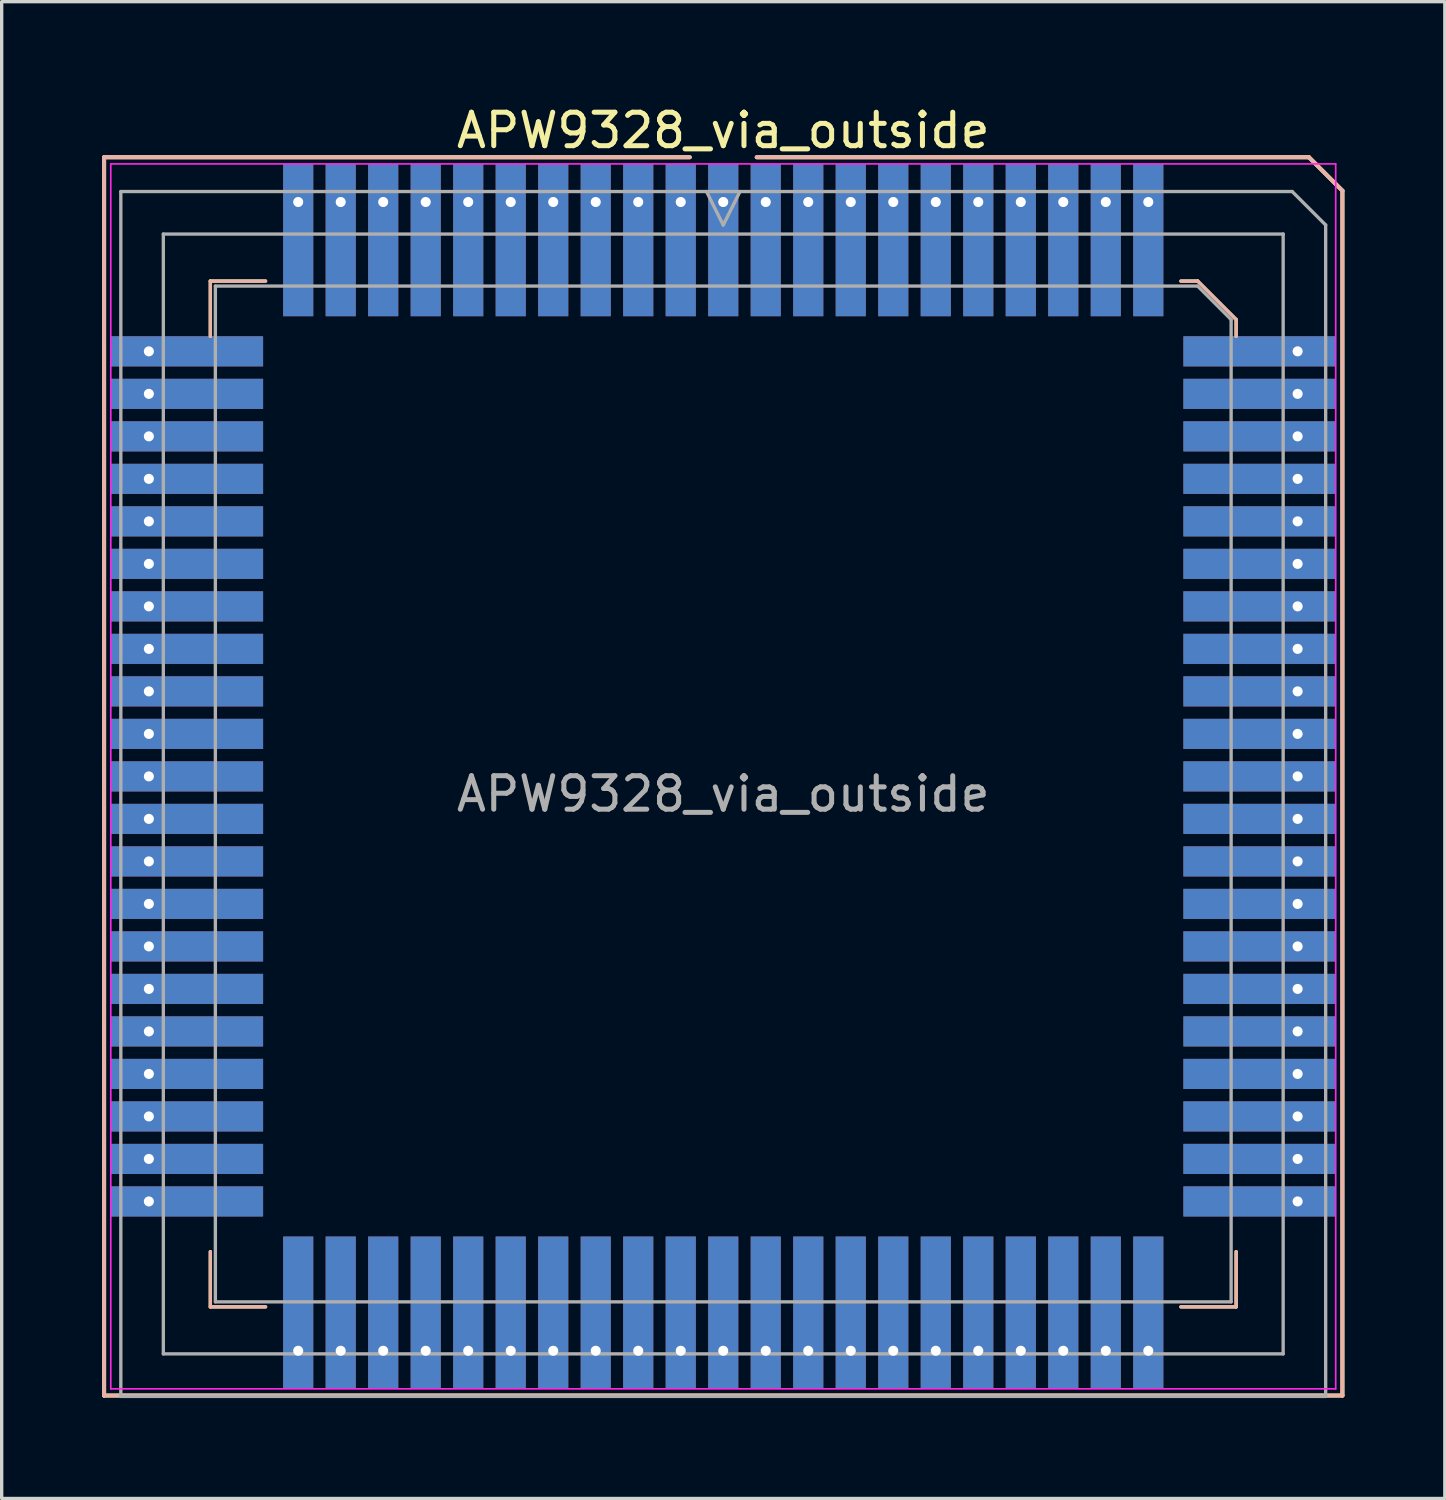
<source format=kicad_pcb>
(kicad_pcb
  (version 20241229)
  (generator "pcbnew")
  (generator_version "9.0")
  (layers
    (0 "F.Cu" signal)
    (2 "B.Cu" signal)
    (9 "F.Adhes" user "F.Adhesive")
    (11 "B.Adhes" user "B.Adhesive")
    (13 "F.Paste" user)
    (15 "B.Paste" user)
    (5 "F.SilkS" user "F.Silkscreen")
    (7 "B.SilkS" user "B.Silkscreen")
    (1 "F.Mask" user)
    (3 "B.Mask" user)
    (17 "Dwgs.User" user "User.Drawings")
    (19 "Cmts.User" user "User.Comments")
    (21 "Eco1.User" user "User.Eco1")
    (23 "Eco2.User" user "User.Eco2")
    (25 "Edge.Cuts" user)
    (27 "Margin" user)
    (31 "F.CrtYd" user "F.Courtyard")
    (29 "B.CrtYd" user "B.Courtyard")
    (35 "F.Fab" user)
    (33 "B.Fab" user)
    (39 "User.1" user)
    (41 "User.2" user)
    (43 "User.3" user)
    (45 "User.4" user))
  (footprint "APW9328_via_outside"
    (layer "F.Cu")
    (at 18.56 20.148)
    (property "Reference" "APW9328_via_outside" (at 0 -19.3 180) (layer "F.SilkS") (effects (font (size 1 1) (thickness 0.15))))
    (attr smd)
    (fp_line (start -18.5 -18.5) (end -1 -18.5) (stroke (width 0.12) (type solid)) (layer "F.SilkS"))
    (fp_line (start -18.5 18.5) (end -18.5 -18.5) (stroke (width 0.12) (type solid)) (layer "F.SilkS"))
    (fp_line (start -15.325 -14.8) (end -15.325 -13.15) (stroke (width 0.1) (type solid)) (layer "F.SilkS"))
    (fp_line (start -15.325 15.85) (end -15.325 14.2) (stroke (width 0.1) (type solid)) (layer "F.SilkS"))
    (fp_line (start -13.675 -14.8) (end -15.325 -14.8) (stroke (width 0.1) (type solid)) (layer "F.SilkS"))
    (fp_line (start -13.675 15.85) (end -15.325 15.85) (stroke (width 0.1) (type solid)) (layer "F.SilkS"))
    (fp_line (start 1 -18.5) (end 17.5 -18.5) (stroke (width 0.12) (type solid)) (layer "F.SilkS"))
    (fp_line (start 13.675 -14.8) (end 14.175 -14.8) (stroke (width 0.1) (type solid)) (layer "F.SilkS"))
    (fp_line (start 13.675 15.85) (end 15.325 15.85) (stroke (width 0.1) (type solid)) (layer "F.SilkS"))
    (fp_line (start 14.175 -14.8) (end 15.325 -13.65) (stroke (width 0.1) (type solid)) (layer "F.SilkS"))
    (fp_line (start 15.325 -13.65) (end 15.325 -13.15) (stroke (width 0.1) (type solid)) (layer "F.SilkS"))
    (fp_line (start 15.325 15.85) (end 15.325 14.2) (stroke (width 0.1) (type solid)) (layer "F.SilkS"))
    (fp_line (start 17.5 -18.5) (end 18.5 -17.5) (stroke (width 0.12) (type solid)) (layer "F.SilkS"))
    (fp_line (start 18.5 -17.5) (end 18.5 18.5) (stroke (width 0.12) (type solid)) (layer "F.SilkS"))
    (fp_line (start 18.5 18.5) (end -18.5 18.5) (stroke (width 0.12) (type solid)) (layer "F.SilkS"))
    (fp_line (start -18.5 -18.5) (end -1 -18.5) (stroke (width 0.12) (type solid)) (layer "B.SilkS"))
    (fp_line (start -18.5 18.5) (end -18.5 -18.5) (stroke (width 0.12) (type solid)) (layer "B.SilkS"))
    (fp_line (start -15.325 -14.8) (end -15.325 -13.15) (stroke (width 0.1) (type solid)) (layer "B.SilkS"))
    (fp_line (start -15.325 15.85) (end -15.325 14.2) (stroke (width 0.1) (type solid)) (layer "B.SilkS"))
    (fp_line (start -13.675 -14.8) (end -15.325 -14.8) (stroke (width 0.1) (type solid)) (layer "B.SilkS"))
    (fp_line (start -13.675 15.85) (end -15.325 15.85) (stroke (width 0.1) (type solid)) (layer "B.SilkS"))
    (fp_line (start 1 -18.5) (end 17.5 -18.5) (stroke (width 0.12) (type solid)) (layer "B.SilkS"))
    (fp_line (start 13.675 -14.8) (end 14.175 -14.8) (stroke (width 0.1) (type solid)) (layer "B.SilkS"))
    (fp_line (start 13.675 15.85) (end 15.325 15.85) (stroke (width 0.1) (type solid)) (layer "B.SilkS"))
    (fp_line (start 14.175 -14.8) (end 15.325 -13.65) (stroke (width 0.1) (type solid)) (layer "B.SilkS"))
    (fp_line (start 15.325 -13.65) (end 15.325 -13.15) (stroke (width 0.1) (type solid)) (layer "B.SilkS"))
    (fp_line (start 15.325 15.85) (end 15.325 14.2) (stroke (width 0.1) (type solid)) (layer "B.SilkS"))
    (fp_line (start 17.5 -18.5) (end 18.5 -17.5) (stroke (width 0.12) (type solid)) (layer "B.SilkS"))
    (fp_line (start 18.5 -17.5) (end 18.5 18.5) (stroke (width 0.12) (type solid)) (layer "B.SilkS"))
    (fp_line (start 18.5 18.5) (end -18.5 18.5) (stroke (width 0.12) (type solid)) (layer "B.SilkS"))
    (fp_line (start -18.3 -18.3) (end 18.3 -18.3) (stroke (width 0.05) (type solid)) (layer "F.CrtYd"))
    (fp_line (start -18.3 18.3) (end -18.3 -18.3) (stroke (width 0.05) (type solid)) (layer "F.CrtYd"))
    (fp_line (start 18.3 -18.3) (end 18.3 18.3) (stroke (width 0.05) (type solid)) (layer "F.CrtYd"))
    (fp_line (start 18.3 18.3) (end -18.3 18.3) (stroke (width 0.05) (type solid)) (layer "F.CrtYd"))
    (fp_line (start -18 -17.475) (end 17 -17.475) (stroke (width 0.1) (type solid)) (layer "F.Fab"))
    (fp_line (start -18 18.525) (end -18 -17.475) (stroke (width 0.1) (type solid)) (layer "F.Fab"))
    (fp_line (start -16.73 -16.205) (end 16.73 -16.205) (stroke (width 0.1) (type solid)) (layer "F.Fab"))
    (fp_line (start -16.73 17.255) (end -16.73 -16.205) (stroke (width 0.1) (type solid)) (layer "F.Fab"))
    (fp_line (start -15.175 -14.65) (end 14.175 -14.65) (stroke (width 0.1) (type solid)) (layer "F.Fab"))
    (fp_line (start -15.175 15.7) (end -15.175 -14.65) (stroke (width 0.1) (type solid)) (layer "F.Fab"))
    (fp_line (start 0 -16.475) (end -0.5 -17.475) (stroke (width 0.1) (type solid)) (layer "F.Fab"))
    (fp_line (start 0.5 -17.475) (end 0 -16.475) (stroke (width 0.1) (type solid)) (layer "F.Fab"))
    (fp_line (start 14.175 -14.65) (end 15.175 -13.65) (stroke (width 0.1) (type solid)) (layer "F.Fab"))
    (fp_line (start 15.175 -13.65) (end 15.175 15.7) (stroke (width 0.1) (type solid)) (layer "F.Fab"))
    (fp_line (start 15.175 15.7) (end -15.175 15.7) (stroke (width 0.1) (type solid)) (layer "F.Fab"))
    (fp_line (start 16.73 -16.205) (end 16.73 17.255) (stroke (width 0.1) (type solid)) (layer "F.Fab"))
    (fp_line (start 16.73 17.255) (end -16.73 17.255) (stroke (width 0.1) (type solid)) (layer "F.Fab"))
    (fp_line (start 17 -17.475) (end 18 -16.475) (stroke (width 0.1) (type solid)) (layer "F.Fab"))
    (fp_line (start 18 -16.475) (end 18 18.525) (stroke (width 0.1) (type solid)) (layer "F.Fab"))
    (fp_line (start 18 18.525) (end -18 18.525) (stroke (width 0.1) (type solid)) (layer "F.Fab"))
    (fp_text user "${REFERENCE}" (at 0 0.525 180) (layer "F.Fab") (effects (font (size 1 1) (thickness 0.15))))
    (pad "1" thru_hole rect (at 0 -17.162) (size 0.9 4.55) (drill 0.3 (offset 0 1.138)) (layers "*.Cu" "*.Mask"))
    (pad "2" thru_hole rect (at 1.27 -17.162) (size 0.9 4.55) (drill 0.3 (offset 0 1.138)) (layers "*.Cu" "*.Mask"))
    (pad "3" thru_hole rect (at 2.54 -17.162) (size 0.9 4.55) (drill 0.3 (offset 0 1.138)) (layers "*.Cu" "*.Mask"))
    (pad "4" thru_hole rect (at 3.81 -17.162) (size 0.9 4.55) (drill 0.3 (offset 0 1.138)) (layers "*.Cu" "*.Mask"))
    (pad "5" thru_hole rect (at 5.08 -17.162) (size 0.9 4.55) (drill 0.3 (offset 0 1.138)) (layers "*.Cu" "*.Mask"))
    (pad "6" thru_hole rect (at 6.35 -17.162) (size 0.9 4.55) (drill 0.3 (offset 0 1.138)) (layers "*.Cu" "*.Mask"))
    (pad "7" thru_hole rect (at 7.62 -17.162) (size 0.9 4.55) (drill 0.3 (offset 0 1.138)) (layers "*.Cu" "*.Mask"))
    (pad "8" thru_hole rect (at 8.89 -17.162) (size 0.9 4.55) (drill 0.3 (offset 0 1.138)) (layers "*.Cu" "*.Mask"))
    (pad "9" thru_hole rect (at 10.16 -17.162) (size 0.9 4.55) (drill 0.3 (offset 0 1.138)) (layers "*.Cu" "*.Mask"))
    (pad "10" thru_hole rect (at 11.43 -17.162) (size 0.9 4.55) (drill 0.3 (offset 0 1.138)) (layers "*.Cu" "*.Mask"))
    (pad "11" thru_hole rect (at 12.7 -17.162) (size 0.9 4.55) (drill 0.3 (offset 0 1.138)) (layers "*.Cu" "*.Mask"))
    (pad "12" thru_hole rect (at 17.162 -12.7) (size 4.55 0.9) (drill 0.3 (offset -1.138 0)) (layers "*.Cu" "*.Mask"))
    (pad "13" thru_hole rect (at 17.162 -11.43) (size 4.55 0.9) (drill 0.3 (offset -1.138 0)) (layers "*.Cu" "*.Mask"))
    (pad "14" thru_hole rect (at 17.162 -10.16) (size 4.55 0.9) (drill 0.3 (offset -1.138 0)) (layers "*.Cu" "*.Mask"))
    (pad "15" thru_hole rect (at 17.162 -8.89) (size 4.55 0.9) (drill 0.3 (offset -1.138 0)) (layers "*.Cu" "*.Mask"))
    (pad "16" thru_hole rect (at 17.162 -7.62) (size 4.55 0.9) (drill 0.3 (offset -1.138 0)) (layers "*.Cu" "*.Mask"))
    (pad "17" thru_hole rect (at 17.162 -6.35) (size 4.55 0.9) (drill 0.3 (offset -1.138 0)) (layers "*.Cu" "*.Mask"))
    (pad "18" thru_hole rect (at 17.162 -5.08) (size 4.55 0.9) (drill 0.3 (offset -1.138 0)) (layers "*.Cu" "*.Mask"))
    (pad "19" thru_hole rect (at 17.162 -3.81) (size 4.55 0.9) (drill 0.3 (offset -1.138 0)) (layers "*.Cu" "*.Mask"))
    (pad "20" thru_hole rect (at 17.162 -2.54) (size 4.55 0.9) (drill 0.3 (offset -1.138 0)) (layers "*.Cu" "*.Mask"))
    (pad "21" thru_hole rect (at 17.162 -1.27) (size 4.55 0.9) (drill 0.3 (offset -1.138 0)) (layers "*.Cu" "*.Mask"))
    (pad "22" thru_hole rect (at 17.162 0) (size 4.55 0.9) (drill 0.3 (offset -1.138 0)) (layers "*.Cu" "*.Mask"))
    (pad "23" thru_hole rect (at 17.162 1.27) (size 4.55 0.9) (drill 0.3 (offset -1.138 0)) (layers "*.Cu" "*.Mask"))
    (pad "24" thru_hole rect (at 17.162 2.54) (size 4.55 0.9) (drill 0.3 (offset -1.138 0)) (layers "*.Cu" "*.Mask"))
    (pad "25" thru_hole rect (at 17.162 3.81) (size 4.55 0.9) (drill 0.3 (offset -1.138 0)) (layers "*.Cu" "*.Mask"))
    (pad "26" thru_hole rect (at 17.162 5.08) (size 4.55 0.9) (drill 0.3 (offset -1.138 0)) (layers "*.Cu" "*.Mask"))
    (pad "27" thru_hole rect (at 17.162 6.35) (size 4.55 0.9) (drill 0.3 (offset -1.138 0)) (layers "*.Cu" "*.Mask"))
    (pad "28" thru_hole rect (at 17.162 7.62) (size 4.55 0.9) (drill 0.3 (offset -1.138 0)) (layers "*.Cu" "*.Mask"))
    (pad "29" thru_hole rect (at 17.162 8.89) (size 4.55 0.9) (drill 0.3 (offset -1.138 0)) (layers "*.Cu" "*.Mask"))
    (pad "30" thru_hole rect (at 17.162 10.16) (size 4.55 0.9) (drill 0.3 (offset -1.138 0)) (layers "*.Cu" "*.Mask"))
    (pad "31" thru_hole rect (at 17.162 11.43) (size 4.55 0.9) (drill 0.3 (offset -1.138 0)) (layers "*.Cu" "*.Mask"))
    (pad "32" thru_hole rect (at 17.162 12.7) (size 4.55 0.9) (drill 0.3 (offset -1.138 0)) (layers "*.Cu" "*.Mask"))
    (pad "33" thru_hole rect (at 12.7 17.162) (size 0.9 4.55) (drill 0.3 (offset 0 -1.138)) (layers "*.Cu" "*.Mask"))
    (pad "34" thru_hole rect (at 11.43 17.162) (size 0.9 4.55) (drill 0.3 (offset 0 -1.138)) (layers "*.Cu" "*.Mask"))
    (pad "35" thru_hole rect (at 10.16 17.162) (size 0.9 4.55) (drill 0.3 (offset 0 -1.138)) (layers "*.Cu" "*.Mask"))
    (pad "36" thru_hole rect (at 8.89 17.162) (size 0.9 4.55) (drill 0.3 (offset 0 -1.138)) (layers "*.Cu" "*.Mask"))
    (pad "37" thru_hole rect (at 7.62 17.162) (size 0.9 4.55) (drill 0.3 (offset 0 -1.138)) (layers "*.Cu" "*.Mask"))
    (pad "38" thru_hole rect (at 6.35 17.162) (size 0.9 4.55) (drill 0.3 (offset 0 -1.138)) (layers "*.Cu" "*.Mask"))
    (pad "39" thru_hole rect (at 5.08 17.162) (size 0.9 4.55) (drill 0.3 (offset 0 -1.138)) (layers "*.Cu" "*.Mask"))
    (pad "40" thru_hole rect (at 3.81 17.162) (size 0.9 4.55) (drill 0.3 (offset 0 -1.138)) (layers "*.Cu" "*.Mask"))
    (pad "41" thru_hole rect (at 2.54 17.162) (size 0.9 4.55) (drill 0.3 (offset 0 -1.138)) (layers "*.Cu" "*.Mask"))
    (pad "42" thru_hole rect (at 1.27 17.162) (size 0.9 4.55) (drill 0.3 (offset 0 -1.138)) (layers "*.Cu" "*.Mask"))
    (pad "43" thru_hole rect (at 0 17.162) (size 0.9 4.55) (drill 0.3 (offset 0 -1.138)) (layers "*.Cu" "*.Mask"))
    (pad "44" thru_hole rect (at -1.27 17.162) (size 0.9 4.55) (drill 0.3 (offset 0 -1.138)) (layers "*.Cu" "*.Mask"))
    (pad "45" thru_hole rect (at -2.54 17.162) (size 0.9 4.55) (drill 0.3 (offset 0 -1.138)) (layers "*.Cu" "*.Mask"))
    (pad "46" thru_hole rect (at -3.81 17.162) (size 0.9 4.55) (drill 0.3 (offset 0 -1.138)) (layers "*.Cu" "*.Mask"))
    (pad "47" thru_hole rect (at -5.08 17.162) (size 0.9 4.55) (drill 0.3 (offset 0 -1.138)) (layers "*.Cu" "*.Mask"))
    (pad "48" thru_hole rect (at -6.35 17.162) (size 0.9 4.55) (drill 0.3 (offset 0 -1.138)) (layers "*.Cu" "*.Mask"))
    (pad "49" thru_hole rect (at -7.62 17.162) (size 0.9 4.55) (drill 0.3 (offset 0 -1.138)) (layers "*.Cu" "*.Mask"))
    (pad "50" thru_hole rect (at -8.89 17.162) (size 0.9 4.55) (drill 0.3 (offset 0 -1.138)) (layers "*.Cu" "*.Mask"))
    (pad "51" thru_hole rect (at -10.16 17.162) (size 0.9 4.55) (drill 0.3 (offset 0 -1.138)) (layers "*.Cu" "*.Mask"))
    (pad "52" thru_hole rect (at -11.43 17.162) (size 0.9 4.55) (drill 0.3 (offset 0 -1.138)) (layers "*.Cu" "*.Mask"))
    (pad "53" thru_hole rect (at -12.7 17.162) (size 0.9 4.55) (drill 0.3 (offset 0 -1.138)) (layers "*.Cu" "*.Mask"))
    (pad "54" thru_hole rect (at -17.162 12.7) (size 4.55 0.9) (drill 0.3 (offset 1.138 0)) (layers "*.Cu" "*.Mask"))
    (pad "55" thru_hole rect (at -17.162 11.43) (size 4.55 0.9) (drill 0.3 (offset 1.138 0)) (layers "*.Cu" "*.Mask"))
    (pad "56" thru_hole rect (at -17.162 10.16) (size 4.55 0.9) (drill 0.3 (offset 1.138 0)) (layers "*.Cu" "*.Mask"))
    (pad "57" thru_hole rect (at -17.162 8.89) (size 4.55 0.9) (drill 0.3 (offset 1.138 0)) (layers "*.Cu" "*.Mask"))
    (pad "58" thru_hole rect (at -17.162 7.62) (size 4.55 0.9) (drill 0.3 (offset 1.138 0)) (layers "*.Cu" "*.Mask"))
    (pad "59" thru_hole rect (at -17.162 6.35) (size 4.55 0.9) (drill 0.3 (offset 1.138 0)) (layers "*.Cu" "*.Mask"))
    (pad "60" thru_hole rect (at -17.162 5.08) (size 4.55 0.9) (drill 0.3 (offset 1.138 0)) (layers "*.Cu" "*.Mask"))
    (pad "61" thru_hole rect (at -17.162 3.81) (size 4.55 0.9) (drill 0.3 (offset 1.138 0)) (layers "*.Cu" "*.Mask"))
    (pad "62" thru_hole rect (at -17.162 2.54) (size 4.55 0.9) (drill 0.3 (offset 1.138 0)) (layers "*.Cu" "*.Mask"))
    (pad "63" thru_hole rect (at -17.162 1.27) (size 4.55 0.9) (drill 0.3 (offset 1.138 0)) (layers "*.Cu" "*.Mask"))
    (pad "64" thru_hole rect (at -17.162 0) (size 4.55 0.9) (drill 0.3 (offset 1.138 0)) (layers "*.Cu" "*.Mask"))
    (pad "65" thru_hole rect (at -17.162 -1.27) (size 4.55 0.9) (drill 0.3 (offset 1.138 0)) (layers "*.Cu" "*.Mask"))
    (pad "66" thru_hole rect (at -17.162 -2.54) (size 4.55 0.9) (drill 0.3 (offset 1.138 0)) (layers "*.Cu" "*.Mask"))
    (pad "67" thru_hole rect (at -17.162 -3.81) (size 4.55 0.9) (drill 0.3 (offset 1.138 0)) (layers "*.Cu" "*.Mask"))
    (pad "68" thru_hole rect (at -17.162 -5.08) (size 4.55 0.9) (drill 0.3 (offset 1.138 0)) (layers "*.Cu" "*.Mask"))
    (pad "69" thru_hole rect (at -17.162 -6.35) (size 4.55 0.9) (drill 0.3 (offset 1.138 0)) (layers "*.Cu" "*.Mask"))
    (pad "70" thru_hole rect (at -17.162 -7.62) (size 4.55 0.9) (drill 0.3 (offset 1.138 0)) (layers "*.Cu" "*.Mask"))
    (pad "71" thru_hole rect (at -17.162 -8.89) (size 4.55 0.9) (drill 0.3 (offset 1.138 0)) (layers "*.Cu" "*.Mask"))
    (pad "72" thru_hole rect (at -17.162 -10.16) (size 4.55 0.9) (drill 0.3 (offset 1.138 0)) (layers "*.Cu" "*.Mask"))
    (pad "73" thru_hole rect (at -17.162 -11.43) (size 4.55 0.9) (drill 0.3 (offset 1.138 0)) (layers "*.Cu" "*.Mask"))
    (pad "74" thru_hole rect (at -17.162 -12.7) (size 4.55 0.9) (drill 0.3 (offset 1.138 0)) (layers "*.Cu" "*.Mask"))
    (pad "75" thru_hole rect (at -12.7 -17.162) (size 0.9 4.55) (drill 0.3 (offset 0 1.138)) (layers "*.Cu" "*.Mask"))
    (pad "76" thru_hole rect (at -11.43 -17.162) (size 0.9 4.55) (drill 0.3 (offset 0 1.138)) (layers "*.Cu" "*.Mask"))
    (pad "77" thru_hole rect (at -10.16 -17.162) (size 0.9 4.55) (drill 0.3 (offset 0 1.138)) (layers "*.Cu" "*.Mask"))
    (pad "78" thru_hole rect (at -8.89 -17.162) (size 0.9 4.55) (drill 0.3 (offset 0 1.138)) (layers "*.Cu" "*.Mask"))
    (pad "79" thru_hole rect (at -7.62 -17.162) (size 0.9 4.55) (drill 0.3 (offset 0 1.138)) (layers "*.Cu" "*.Mask"))
    (pad "80" thru_hole rect (at -6.35 -17.162) (size 0.9 4.55) (drill 0.3 (offset 0 1.138)) (layers "*.Cu" "*.Mask"))
    (pad "81" thru_hole rect (at -5.08 -17.162) (size 0.9 4.55) (drill 0.3 (offset 0 1.138)) (layers "*.Cu" "*.Mask"))
    (pad "82" thru_hole rect (at -3.81 -17.162) (size 0.9 4.55) (drill 0.3 (offset 0 1.138)) (layers "*.Cu" "*.Mask"))
    (pad "83" thru_hole rect (at -2.54 -17.162) (size 0.9 4.55) (drill 0.3 (offset 0 1.138)) (layers "*.Cu" "*.Mask"))
    (pad "84" thru_hole rect (at -1.27 -17.162) (size 0.9 4.55) (drill 0.3 (offset 0 1.138)) (layers "*.Cu" "*.Mask")))
  (gr_rect
    (start -3 -3)
    (end 40.12 41.723)
    (stroke (width 0.1) (type default))
    (fill no)
    (layer "Edge.Cuts")))
</source>
